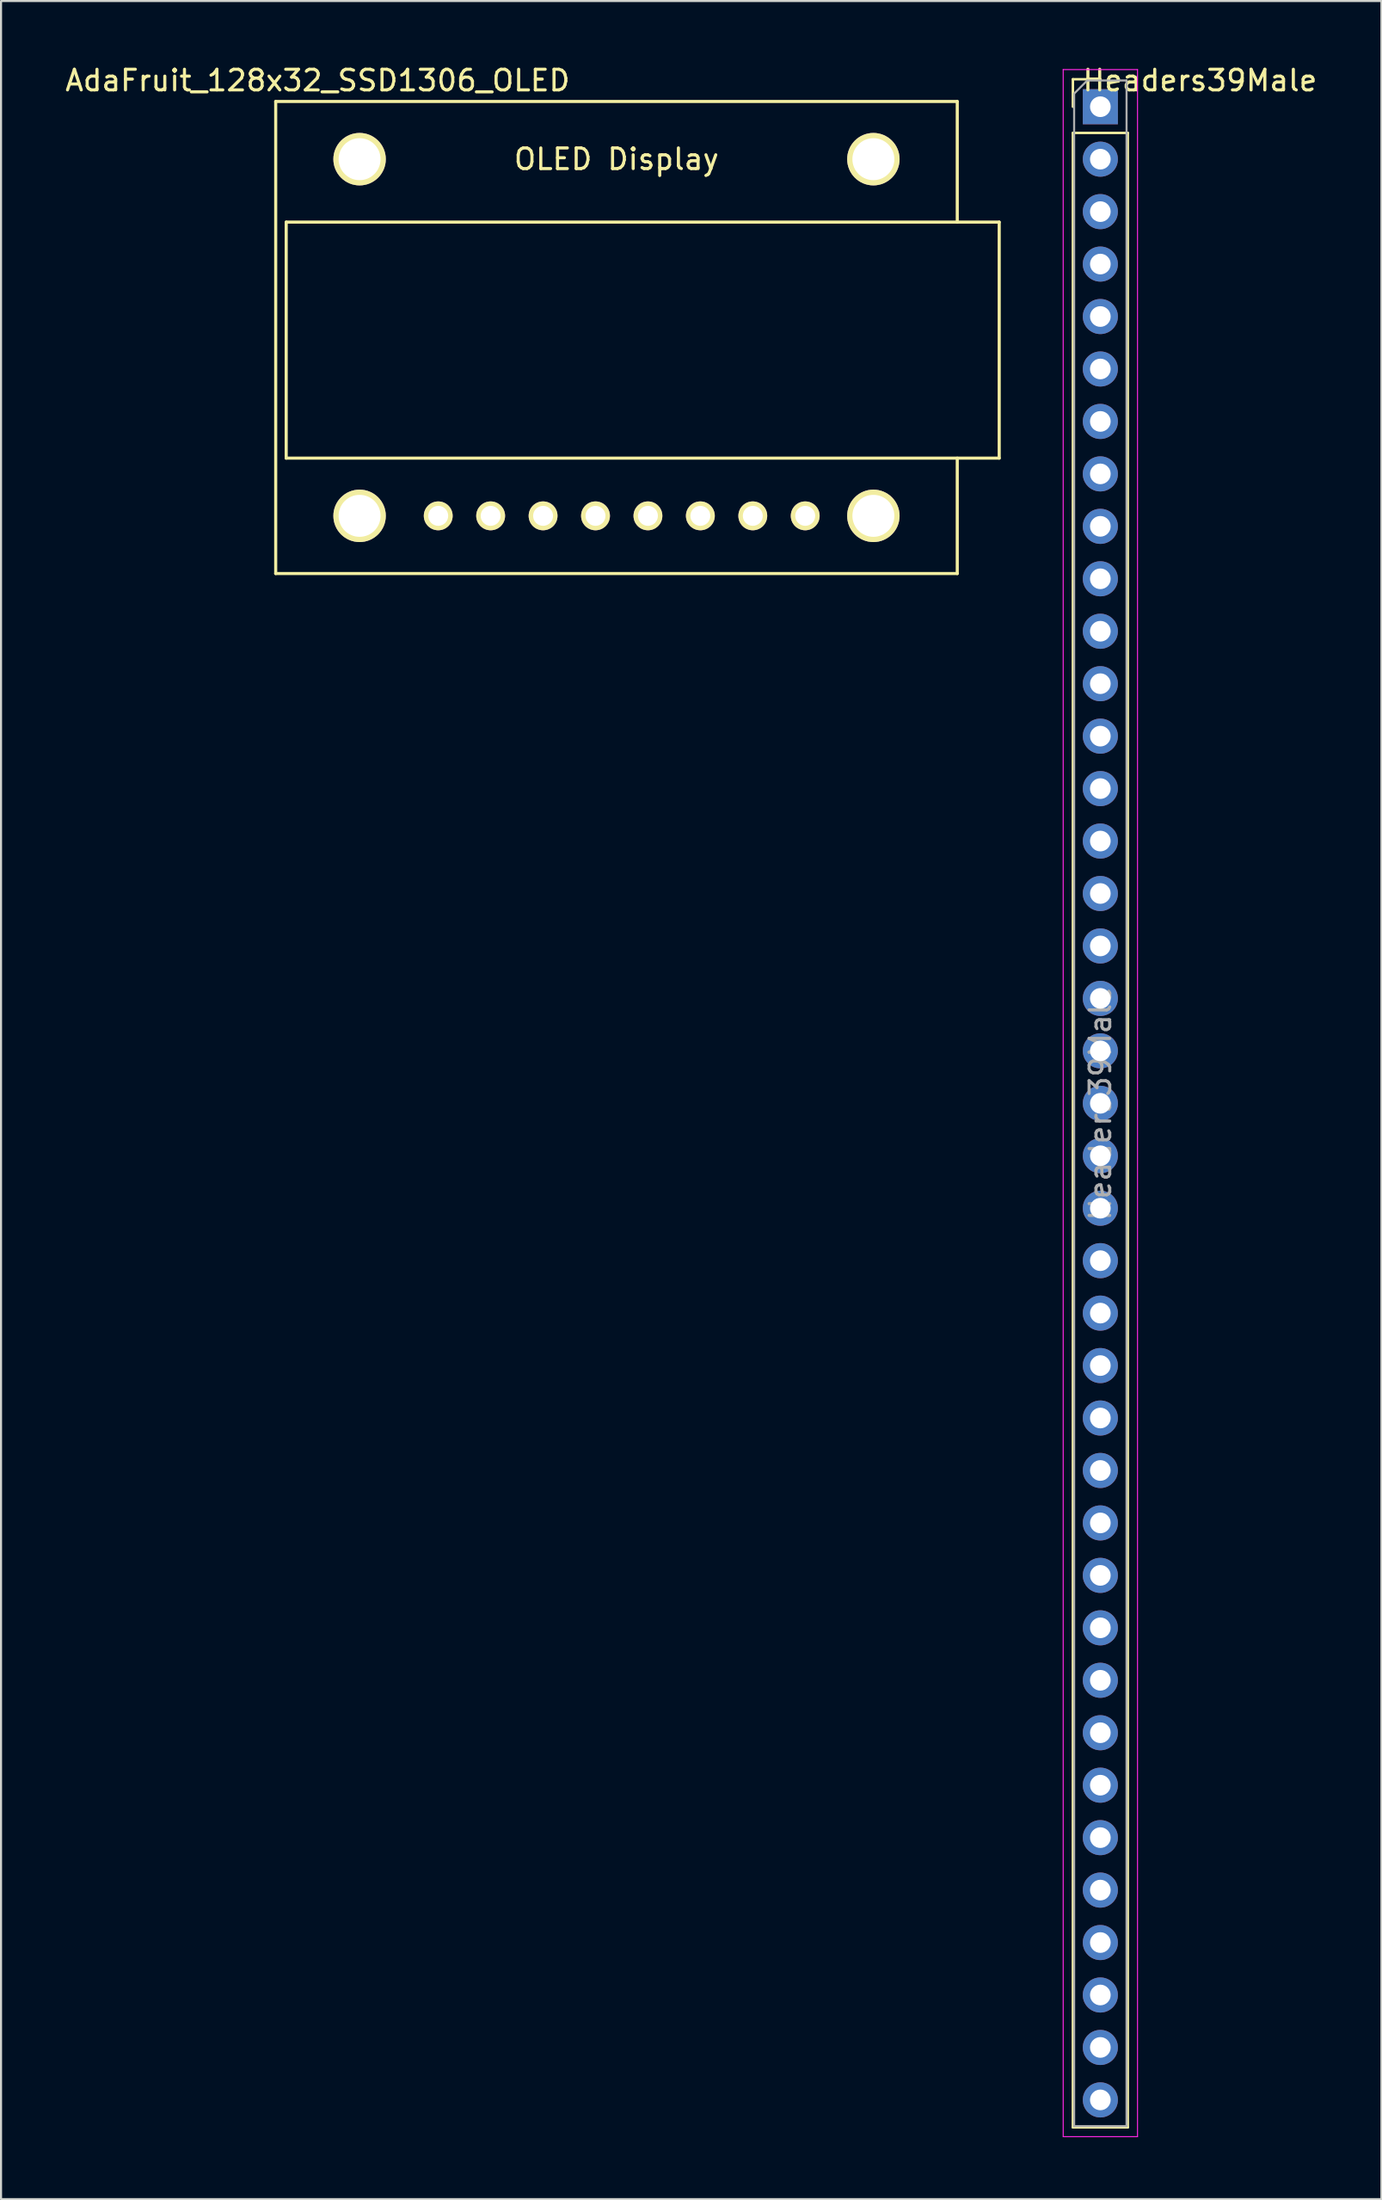
<source format=kicad_pcb>
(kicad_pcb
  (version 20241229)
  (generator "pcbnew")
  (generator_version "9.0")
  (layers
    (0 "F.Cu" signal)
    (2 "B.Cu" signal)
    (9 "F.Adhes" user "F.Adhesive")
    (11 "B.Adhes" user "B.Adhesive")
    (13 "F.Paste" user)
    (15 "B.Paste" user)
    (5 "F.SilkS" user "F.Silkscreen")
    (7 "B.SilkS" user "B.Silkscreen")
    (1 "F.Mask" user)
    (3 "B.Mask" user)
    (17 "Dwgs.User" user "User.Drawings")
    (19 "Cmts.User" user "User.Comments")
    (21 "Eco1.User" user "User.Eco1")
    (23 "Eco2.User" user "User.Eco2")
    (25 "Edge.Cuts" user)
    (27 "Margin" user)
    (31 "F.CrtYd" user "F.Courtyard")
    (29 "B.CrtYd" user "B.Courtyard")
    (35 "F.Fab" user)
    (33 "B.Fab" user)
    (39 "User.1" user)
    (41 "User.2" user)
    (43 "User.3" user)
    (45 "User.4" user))
  (footprint "Headers39Male"
    (layer "F.Cu")
    (at 50.259 2.118)
    (property "Reference" "Headers39Male" (at 4.826 -1.27 0) (layer "F.SilkS") (effects (font (size 1 1) (thickness 0.15))))
    (attr through_hole)
    (fp_line (start -1.33 -1.33) (end 0 -1.33) (stroke (width 0.12) (type solid)) (layer "F.SilkS"))
    (fp_line (start -1.33 0) (end -1.33 -1.33) (stroke (width 0.12) (type solid)) (layer "F.SilkS"))
    (fp_line (start -1.33 1.27) (end -1.33 97.85) (stroke (width 0.12) (type solid)) (layer "F.SilkS"))
    (fp_line (start -1.33 1.27) (end 1.33 1.27) (stroke (width 0.12) (type solid)) (layer "F.SilkS"))
    (fp_line (start -1.33 97.85) (end 1.33 97.85) (stroke (width 0.12) (type solid)) (layer "F.SilkS"))
    (fp_line (start 1.33 1.27) (end 1.33 97.85) (stroke (width 0.12) (type solid)) (layer "F.SilkS"))
    (fp_line (start -1.8 -1.8) (end -1.8 98.3) (stroke (width 0.05) (type solid)) (layer "F.CrtYd"))
    (fp_line (start -1.8 98.3) (end 1.8 98.3) (stroke (width 0.05) (type solid)) (layer "F.CrtYd"))
    (fp_line (start 1.8 -1.8) (end -1.8 -1.8) (stroke (width 0.05) (type solid)) (layer "F.CrtYd"))
    (fp_line (start 1.8 98.3) (end 1.8 -1.8) (stroke (width 0.05) (type solid)) (layer "F.CrtYd"))
    (fp_line (start -1.27 -0.635) (end -0.635 -1.27) (stroke (width 0.1) (type solid)) (layer "F.Fab"))
    (fp_line (start -1.27 97.79) (end -1.27 -0.635) (stroke (width 0.1) (type solid)) (layer "F.Fab"))
    (fp_line (start -0.635 -1.27) (end 1.27 -1.27) (stroke (width 0.1) (type solid)) (layer "F.Fab"))
    (fp_line (start 1.27 -1.27) (end 1.27 97.79) (stroke (width 0.1) (type solid)) (layer "F.Fab"))
    (fp_line (start 1.27 97.79) (end -1.27 97.79) (stroke (width 0.1) (type solid)) (layer "F.Fab"))
    (fp_text user "${REFERENCE}" (at 0 48.26 90) (layer "F.Fab") (effects (font (size 1 1) (thickness 0.15))))
    (pad "1" thru_hole rect (at 0 0) (size 1.7 1.7) (drill 1) (layers "*.Cu" "*.Mask"))
    (pad "2" thru_hole oval (at 0 2.54) (size 1.7 1.7) (drill 1) (layers "*.Cu" "*.Mask"))
    (pad "3" thru_hole oval (at 0 5.08) (size 1.7 1.7) (drill 1) (layers "*.Cu" "*.Mask"))
    (pad "4" thru_hole oval (at 0 7.62) (size 1.7 1.7) (drill 1) (layers "*.Cu" "*.Mask"))
    (pad "5" thru_hole oval (at 0 10.16) (size 1.7 1.7) (drill 1) (layers "*.Cu" "*.Mask"))
    (pad "6" thru_hole oval (at 0 12.7) (size 1.7 1.7) (drill 1) (layers "*.Cu" "*.Mask"))
    (pad "7" thru_hole oval (at 0 15.24) (size 1.7 1.7) (drill 1) (layers "*.Cu" "*.Mask"))
    (pad "8" thru_hole oval (at 0 17.78) (size 1.7 1.7) (drill 1) (layers "*.Cu" "*.Mask"))
    (pad "9" thru_hole oval (at 0 20.32) (size 1.7 1.7) (drill 1) (layers "*.Cu" "*.Mask"))
    (pad "10" thru_hole oval (at 0 22.86) (size 1.7 1.7) (drill 1) (layers "*.Cu" "*.Mask"))
    (pad "11" thru_hole oval (at 0 25.4) (size 1.7 1.7) (drill 1) (layers "*.Cu" "*.Mask"))
    (pad "12" thru_hole oval (at 0 27.94) (size 1.7 1.7) (drill 1) (layers "*.Cu" "*.Mask"))
    (pad "13" thru_hole oval (at 0 30.48) (size 1.7 1.7) (drill 1) (layers "*.Cu" "*.Mask"))
    (pad "14" thru_hole oval (at 0 33.02) (size 1.7 1.7) (drill 1) (layers "*.Cu" "*.Mask"))
    (pad "15" thru_hole oval (at 0 35.56) (size 1.7 1.7) (drill 1) (layers "*.Cu" "*.Mask"))
    (pad "16" thru_hole oval (at 0 38.1) (size 1.7 1.7) (drill 1) (layers "*.Cu" "*.Mask"))
    (pad "17" thru_hole oval (at 0 40.64) (size 1.7 1.7) (drill 1) (layers "*.Cu" "*.Mask"))
    (pad "18" thru_hole oval (at 0 43.18) (size 1.7 1.7) (drill 1) (layers "*.Cu" "*.Mask"))
    (pad "19" thru_hole oval (at 0 45.72) (size 1.7 1.7) (drill 1) (layers "*.Cu" "*.Mask"))
    (pad "20" thru_hole oval (at 0 48.26) (size 1.7 1.7) (drill 1) (layers "*.Cu" "*.Mask"))
    (pad "21" thru_hole oval (at 0 50.8) (size 1.7 1.7) (drill 1) (layers "*.Cu" "*.Mask"))
    (pad "22" thru_hole oval (at 0 53.34) (size 1.7 1.7) (drill 1) (layers "*.Cu" "*.Mask"))
    (pad "23" thru_hole oval (at 0 55.88) (size 1.7 1.7) (drill 1) (layers "*.Cu" "*.Mask"))
    (pad "24" thru_hole oval (at 0 58.42) (size 1.7 1.7) (drill 1) (layers "*.Cu" "*.Mask"))
    (pad "25" thru_hole oval (at 0 60.96) (size 1.7 1.7) (drill 1) (layers "*.Cu" "*.Mask"))
    (pad "26" thru_hole oval (at 0 63.5) (size 1.7 1.7) (drill 1) (layers "*.Cu" "*.Mask"))
    (pad "27" thru_hole oval (at 0 66.04) (size 1.7 1.7) (drill 1) (layers "*.Cu" "*.Mask"))
    (pad "28" thru_hole oval (at 0 68.58) (size 1.7 1.7) (drill 1) (layers "*.Cu" "*.Mask"))
    (pad "29" thru_hole oval (at 0 71.12) (size 1.7 1.7) (drill 1) (layers "*.Cu" "*.Mask"))
    (pad "30" thru_hole oval (at 0 73.66) (size 1.7 1.7) (drill 1) (layers "*.Cu" "*.Mask"))
    (pad "31" thru_hole oval (at 0 76.2) (size 1.7 1.7) (drill 1) (layers "*.Cu" "*.Mask"))
    (pad "32" thru_hole oval (at 0 78.74) (size 1.7 1.7) (drill 1) (layers "*.Cu" "*.Mask"))
    (pad "33" thru_hole oval (at 0 81.28) (size 1.7 1.7) (drill 1) (layers "*.Cu" "*.Mask"))
    (pad "34" thru_hole oval (at 0 83.82) (size 1.7 1.7) (drill 1) (layers "*.Cu" "*.Mask"))
    (pad "35" thru_hole oval (at 0 86.36) (size 1.7 1.7) (drill 1) (layers "*.Cu" "*.Mask"))
    (pad "36" thru_hole oval (at 0 88.9) (size 1.7 1.7) (drill 1) (layers "*.Cu" "*.Mask"))
    (pad "37" thru_hole oval (at 0 91.44) (size 1.7 1.7) (drill 1) (layers "*.Cu" "*.Mask"))
    (pad "38" thru_hole oval (at 0 93.98) (size 1.7 1.7) (drill 1) (layers "*.Cu" "*.Mask"))
    (pad "39" thru_hole oval (at 0 96.52) (size 1.7 1.7) (drill 1) (layers "*.Cu" "*.Mask")))
  (footprint "AdaFruit_128x32_SSD1306_OLED"
    (layer "F.Cu")
    (at 10.307 24.724)
    (property "Reference" "AdaFruit_128x32_SSD1306_OLED" (at 2.032 -23.876 0) (layer "F.SilkS") (effects (font (size 1 1) (thickness 0.15))))
    (attr through_hole)
    (fp_line (start 0 -22.86) (end 0 0) (stroke (width 0.15) (type solid)) (layer "F.SilkS"))
    (fp_line (start 0 0) (end 33.02 0) (stroke (width 0.15) (type solid)) (layer "F.SilkS"))
    (fp_line (start 0.508 -5.588) (end 0.508 -17.018) (stroke (width 0.15) (type solid)) (layer "F.SilkS"))
    (fp_line (start 33.02 -22.86) (end 0 -22.86) (stroke (width 0.15) (type solid)) (layer "F.SilkS"))
    (fp_line (start 33.02 -17.018) (end 33.02 -22.86) (stroke (width 0.15) (type solid)) (layer "F.SilkS"))
    (fp_line (start 33.02 -5.588) (end 33.02 0) (stroke (width 0.15) (type solid)) (layer "F.SilkS"))
    (fp_line (start 35.052 -17.018) (end 0.508 -17.018) (stroke (width 0.15) (type solid)) (layer "F.SilkS"))
    (fp_line (start 35.052 -5.588) (end 0.508 -5.588) (stroke (width 0.15) (type solid)) (layer "F.SilkS"))
    (fp_line (start 35.052 -5.588) (end 35.052 -17.018) (stroke (width 0.15) (type solid)) (layer "F.SilkS"))
    (fp_text user "OLED Display" (at 16.51 -20.066 0) (layer "F.SilkS") (effects (font (size 1 1) (thickness 0.15))))
    (pad "" np_thru_hole circle (at 4.064 -20.066) (size 2.54 2.54) (drill 2.032) (layers "*.Cu" "*.Mask" "F.SilkS"))
    (pad "" np_thru_hole circle (at 4.064 -2.794) (size 2.54 2.54) (drill 2.032) (layers "*.Cu" "*.Mask" "F.SilkS"))
    (pad "" np_thru_hole circle (at 28.956 -20.066) (size 2.54 2.54) (drill 2.032) (layers "*.Cu" "*.Mask" "F.SilkS"))
    (pad "" np_thru_hole circle (at 28.956 -2.794) (size 2.54 2.54) (drill 2.032) (layers "*.Cu" "*.Mask" "F.SilkS"))
    (pad "1" thru_hole circle (at 7.874 -2.794) (size 1.397 1.397) (drill 0.965) (layers "*.Cu" "*.Mask" "F.SilkS"))
    (pad "2" thru_hole circle (at 10.414 -2.794) (size 1.397 1.397) (drill 0.965) (layers "*.Cu" "*.Mask" "F.SilkS"))
    (pad "3" thru_hole circle (at 12.954 -2.794) (size 1.397 1.397) (drill 0.965) (layers "*.Cu" "*.Mask" "F.SilkS"))
    (pad "4" thru_hole circle (at 15.494 -2.794) (size 1.397 1.397) (drill 0.965) (layers "*.Cu" "*.Mask" "F.SilkS"))
    (pad "5" thru_hole circle (at 18.034 -2.794) (size 1.397 1.397) (drill 0.965) (layers "*.Cu" "*.Mask" "F.SilkS"))
    (pad "6" thru_hole circle (at 20.574 -2.794) (size 1.397 1.397) (drill 0.965) (layers "*.Cu" "*.Mask" "F.SilkS"))
    (pad "7" thru_hole circle (at 23.114 -2.794) (size 1.397 1.397) (drill 0.965) (layers "*.Cu" "*.Mask" "F.SilkS"))
    (pad "8" thru_hole circle (at 25.654 -2.794) (size 1.397 1.397) (drill 0.965) (layers "*.Cu" "*.Mask" "F.SilkS")))
  (gr_rect
    (start -3 -3)
    (end 63.877 103.443)
    (stroke (width 0.1) (type default))
    (fill no)
    (layer "Edge.Cuts")))
</source>
